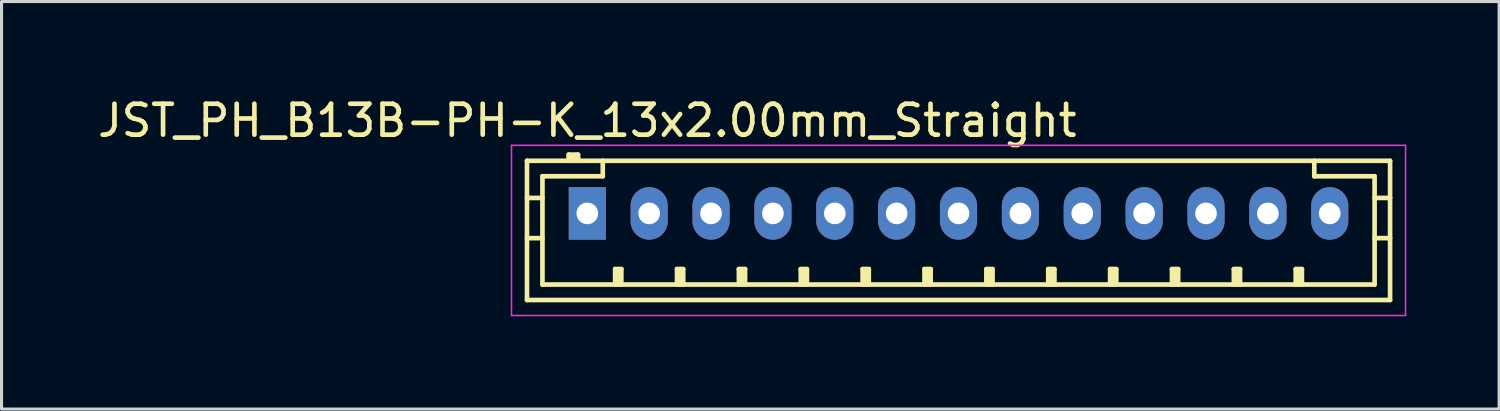
<source format=kicad_pcb>
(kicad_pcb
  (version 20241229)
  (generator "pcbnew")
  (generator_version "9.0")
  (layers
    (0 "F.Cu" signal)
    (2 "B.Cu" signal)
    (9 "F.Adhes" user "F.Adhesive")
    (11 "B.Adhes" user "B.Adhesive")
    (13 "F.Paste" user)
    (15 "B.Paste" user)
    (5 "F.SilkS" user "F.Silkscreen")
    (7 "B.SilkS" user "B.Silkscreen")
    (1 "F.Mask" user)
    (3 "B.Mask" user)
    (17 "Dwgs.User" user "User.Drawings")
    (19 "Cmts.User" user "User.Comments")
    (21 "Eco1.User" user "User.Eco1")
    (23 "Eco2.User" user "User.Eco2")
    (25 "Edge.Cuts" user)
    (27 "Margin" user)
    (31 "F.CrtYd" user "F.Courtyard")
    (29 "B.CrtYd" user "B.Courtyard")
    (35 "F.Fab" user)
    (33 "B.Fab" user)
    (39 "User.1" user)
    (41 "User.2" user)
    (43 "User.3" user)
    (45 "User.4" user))
  (footprint "JST_PH_B13B-PH-K_13x2.00mm_Straight"
    (layer "F.Cu")
    (at 15.935 3.848)
    (property "Reference" "JST_PH_B13B-PH-K_13x2.00mm_Straight" (at 0 -3 0) (layer "F.SilkS") (effects (font (size 1 1) (thickness 0.15))))
    (attr through_hole)
    (fp_line (start -1.95 -1.7) (end 25.95 -1.7) (stroke (width 0.15) (type solid)) (layer "F.SilkS"))
    (fp_line (start -1.95 -0.5) (end -1.45 -0.5) (stroke (width 0.15) (type solid)) (layer "F.SilkS"))
    (fp_line (start -1.95 0.8) (end -1.45 0.8) (stroke (width 0.15) (type solid)) (layer "F.SilkS"))
    (fp_line (start -1.95 2.8) (end -1.95 -1.7) (stroke (width 0.15) (type solid)) (layer "F.SilkS"))
    (fp_line (start -1.45 -1.2) (end -1.45 2.3) (stroke (width 0.15) (type solid)) (layer "F.SilkS"))
    (fp_line (start -1.45 2.3) (end 25.45 2.3) (stroke (width 0.15) (type solid)) (layer "F.SilkS"))
    (fp_line (start -0.6 -1.9) (end -0.6 -1.7) (stroke (width 0.15) (type solid)) (layer "F.SilkS"))
    (fp_line (start -0.3 -1.9) (end -0.6 -1.9) (stroke (width 0.15) (type solid)) (layer "F.SilkS"))
    (fp_line (start -0.3 -1.8) (end -0.6 -1.8) (stroke (width 0.15) (type solid)) (layer "F.SilkS"))
    (fp_line (start -0.3 -1.7) (end -0.3 -1.9) (stroke (width 0.15) (type solid)) (layer "F.SilkS"))
    (fp_line (start 0.5 -1.7) (end 0.5 -1.2) (stroke (width 0.15) (type solid)) (layer "F.SilkS"))
    (fp_line (start 0.5 -1.2) (end -1.45 -1.2) (stroke (width 0.15) (type solid)) (layer "F.SilkS"))
    (fp_line (start 0.9 1.8) (end 1.1 1.8) (stroke (width 0.15) (type solid)) (layer "F.SilkS"))
    (fp_line (start 0.9 2.3) (end 0.9 1.8) (stroke (width 0.15) (type solid)) (layer "F.SilkS"))
    (fp_line (start 1 2.3) (end 1 1.8) (stroke (width 0.15) (type solid)) (layer "F.SilkS"))
    (fp_line (start 1.1 1.8) (end 1.1 2.3) (stroke (width 0.15) (type solid)) (layer "F.SilkS"))
    (fp_line (start 2.9 1.8) (end 3.1 1.8) (stroke (width 0.15) (type solid)) (layer "F.SilkS"))
    (fp_line (start 2.9 2.3) (end 2.9 1.8) (stroke (width 0.15) (type solid)) (layer "F.SilkS"))
    (fp_line (start 3 2.3) (end 3 1.8) (stroke (width 0.15) (type solid)) (layer "F.SilkS"))
    (fp_line (start 3.1 1.8) (end 3.1 2.3) (stroke (width 0.15) (type solid)) (layer "F.SilkS"))
    (fp_line (start 4.9 1.8) (end 5.1 1.8) (stroke (width 0.15) (type solid)) (layer "F.SilkS"))
    (fp_line (start 4.9 2.3) (end 4.9 1.8) (stroke (width 0.15) (type solid)) (layer "F.SilkS"))
    (fp_line (start 5 2.3) (end 5 1.8) (stroke (width 0.15) (type solid)) (layer "F.SilkS"))
    (fp_line (start 5.1 1.8) (end 5.1 2.3) (stroke (width 0.15) (type solid)) (layer "F.SilkS"))
    (fp_line (start 6.9 1.8) (end 7.1 1.8) (stroke (width 0.15) (type solid)) (layer "F.SilkS"))
    (fp_line (start 6.9 2.3) (end 6.9 1.8) (stroke (width 0.15) (type solid)) (layer "F.SilkS"))
    (fp_line (start 7 2.3) (end 7 1.8) (stroke (width 0.15) (type solid)) (layer "F.SilkS"))
    (fp_line (start 7.1 1.8) (end 7.1 2.3) (stroke (width 0.15) (type solid)) (layer "F.SilkS"))
    (fp_line (start 8.9 1.8) (end 9.1 1.8) (stroke (width 0.15) (type solid)) (layer "F.SilkS"))
    (fp_line (start 8.9 2.3) (end 8.9 1.8) (stroke (width 0.15) (type solid)) (layer "F.SilkS"))
    (fp_line (start 9 2.3) (end 9 1.8) (stroke (width 0.15) (type solid)) (layer "F.SilkS"))
    (fp_line (start 9.1 1.8) (end 9.1 2.3) (stroke (width 0.15) (type solid)) (layer "F.SilkS"))
    (fp_line (start 10.9 1.8) (end 11.1 1.8) (stroke (width 0.15) (type solid)) (layer "F.SilkS"))
    (fp_line (start 10.9 2.3) (end 10.9 1.8) (stroke (width 0.15) (type solid)) (layer "F.SilkS"))
    (fp_line (start 11 2.3) (end 11 1.8) (stroke (width 0.15) (type solid)) (layer "F.SilkS"))
    (fp_line (start 11.1 1.8) (end 11.1 2.3) (stroke (width 0.15) (type solid)) (layer "F.SilkS"))
    (fp_line (start 12.9 1.8) (end 13.1 1.8) (stroke (width 0.15) (type solid)) (layer "F.SilkS"))
    (fp_line (start 12.9 2.3) (end 12.9 1.8) (stroke (width 0.15) (type solid)) (layer "F.SilkS"))
    (fp_line (start 13 2.3) (end 13 1.8) (stroke (width 0.15) (type solid)) (layer "F.SilkS"))
    (fp_line (start 13.1 1.8) (end 13.1 2.3) (stroke (width 0.15) (type solid)) (layer "F.SilkS"))
    (fp_line (start 14.9 1.8) (end 15.1 1.8) (stroke (width 0.15) (type solid)) (layer "F.SilkS"))
    (fp_line (start 14.9 2.3) (end 14.9 1.8) (stroke (width 0.15) (type solid)) (layer "F.SilkS"))
    (fp_line (start 15 2.3) (end 15 1.8) (stroke (width 0.15) (type solid)) (layer "F.SilkS"))
    (fp_line (start 15.1 1.8) (end 15.1 2.3) (stroke (width 0.15) (type solid)) (layer "F.SilkS"))
    (fp_line (start 16.9 1.8) (end 17.1 1.8) (stroke (width 0.15) (type solid)) (layer "F.SilkS"))
    (fp_line (start 16.9 2.3) (end 16.9 1.8) (stroke (width 0.15) (type solid)) (layer "F.SilkS"))
    (fp_line (start 17 2.3) (end 17 1.8) (stroke (width 0.15) (type solid)) (layer "F.SilkS"))
    (fp_line (start 17.1 1.8) (end 17.1 2.3) (stroke (width 0.15) (type solid)) (layer "F.SilkS"))
    (fp_line (start 18.9 1.8) (end 19.1 1.8) (stroke (width 0.15) (type solid)) (layer "F.SilkS"))
    (fp_line (start 18.9 2.3) (end 18.9 1.8) (stroke (width 0.15) (type solid)) (layer "F.SilkS"))
    (fp_line (start 19 2.3) (end 19 1.8) (stroke (width 0.15) (type solid)) (layer "F.SilkS"))
    (fp_line (start 19.1 1.8) (end 19.1 2.3) (stroke (width 0.15) (type solid)) (layer "F.SilkS"))
    (fp_line (start 20.9 1.8) (end 21.1 1.8) (stroke (width 0.15) (type solid)) (layer "F.SilkS"))
    (fp_line (start 20.9 2.3) (end 20.9 1.8) (stroke (width 0.15) (type solid)) (layer "F.SilkS"))
    (fp_line (start 21 2.3) (end 21 1.8) (stroke (width 0.15) (type solid)) (layer "F.SilkS"))
    (fp_line (start 21.1 1.8) (end 21.1 2.3) (stroke (width 0.15) (type solid)) (layer "F.SilkS"))
    (fp_line (start 22.9 1.8) (end 23.1 1.8) (stroke (width 0.15) (type solid)) (layer "F.SilkS"))
    (fp_line (start 22.9 2.3) (end 22.9 1.8) (stroke (width 0.15) (type solid)) (layer "F.SilkS"))
    (fp_line (start 23 2.3) (end 23 1.8) (stroke (width 0.15) (type solid)) (layer "F.SilkS"))
    (fp_line (start 23.1 1.8) (end 23.1 2.3) (stroke (width 0.15) (type solid)) (layer "F.SilkS"))
    (fp_line (start 23.5 -1.2) (end 23.5 -1.7) (stroke (width 0.15) (type solid)) (layer "F.SilkS"))
    (fp_line (start 25.45 -1.2) (end 23.5 -1.2) (stroke (width 0.15) (type solid)) (layer "F.SilkS"))
    (fp_line (start 25.45 -0.5) (end 25.95 -0.5) (stroke (width 0.15) (type solid)) (layer "F.SilkS"))
    (fp_line (start 25.45 0.8) (end 25.95 0.8) (stroke (width 0.15) (type solid)) (layer "F.SilkS"))
    (fp_line (start 25.45 2.3) (end 25.45 -1.2) (stroke (width 0.15) (type solid)) (layer "F.SilkS"))
    (fp_line (start 25.95 -1.7) (end 25.95 2.8) (stroke (width 0.15) (type solid)) (layer "F.SilkS"))
    (fp_line (start 25.95 2.8) (end -1.95 2.8) (stroke (width 0.15) (type solid)) (layer "F.SilkS"))
    (fp_line (start -2.45 -2.2) (end 26.45 -2.2) (stroke (width 0.05) (type solid)) (layer "F.CrtYd"))
    (fp_line (start -2.45 3.3) (end -2.45 -2.2) (stroke (width 0.05) (type solid)) (layer "F.CrtYd"))
    (fp_line (start 26.45 -2.2) (end 26.45 3.3) (stroke (width 0.05) (type solid)) (layer "F.CrtYd"))
    (fp_line (start 26.45 3.3) (end -2.45 3.3) (stroke (width 0.05) (type solid)) (layer "F.CrtYd"))
    (pad "1" thru_hole rect (at 0 0) (size 1.2 1.7) (drill 0.7) (layers "*.Cu" "*.Mask"))
    (pad "2" thru_hole oval (at 2 0) (size 1.2 1.7) (drill 0.7) (layers "*.Cu" "*.Mask"))
    (pad "3" thru_hole oval (at 4 0) (size 1.2 1.7) (drill 0.7) (layers "*.Cu" "*.Mask"))
    (pad "4" thru_hole oval (at 6 0) (size 1.2 1.7) (drill 0.7) (layers "*.Cu" "*.Mask"))
    (pad "5" thru_hole oval (at 8 0) (size 1.2 1.7) (drill 0.7) (layers "*.Cu" "*.Mask"))
    (pad "6" thru_hole oval (at 10 0) (size 1.2 1.7) (drill 0.7) (layers "*.Cu" "*.Mask"))
    (pad "7" thru_hole oval (at 12 0) (size 1.2 1.7) (drill 0.7) (layers "*.Cu" "*.Mask"))
    (pad "8" thru_hole oval (at 14 0) (size 1.2 1.7) (drill 0.7) (layers "*.Cu" "*.Mask"))
    (pad "9" thru_hole oval (at 16 0) (size 1.2 1.7) (drill 0.7) (layers "*.Cu" "*.Mask"))
    (pad "10" thru_hole oval (at 18 0) (size 1.2 1.7) (drill 0.7) (layers "*.Cu" "*.Mask"))
    (pad "11" thru_hole oval (at 20 0) (size 1.2 1.7) (drill 0.7) (layers "*.Cu" "*.Mask"))
    (pad "12" thru_hole oval (at 22 0) (size 1.2 1.7) (drill 0.7) (layers "*.Cu" "*.Mask"))
    (pad "13" thru_hole oval (at 24 0) (size 1.2 1.7) (drill 0.7) (layers "*.Cu" "*.Mask")))
  (gr_rect
    (start -3 -3)
    (end 45.41 10.173)
    (stroke (width 0.1) (type default))
    (fill no)
    (layer "Edge.Cuts")))
</source>
